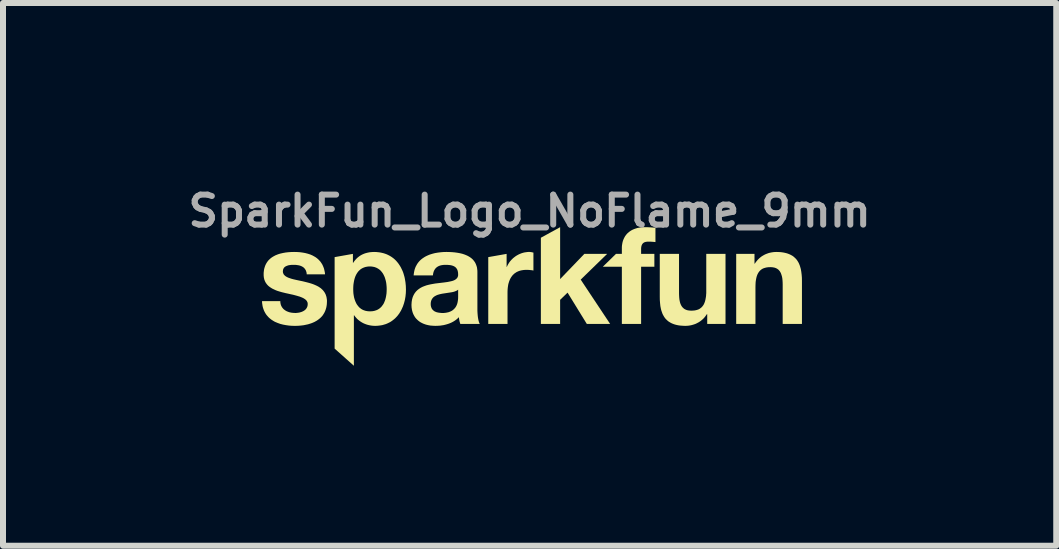
<source format=kicad_pcb>
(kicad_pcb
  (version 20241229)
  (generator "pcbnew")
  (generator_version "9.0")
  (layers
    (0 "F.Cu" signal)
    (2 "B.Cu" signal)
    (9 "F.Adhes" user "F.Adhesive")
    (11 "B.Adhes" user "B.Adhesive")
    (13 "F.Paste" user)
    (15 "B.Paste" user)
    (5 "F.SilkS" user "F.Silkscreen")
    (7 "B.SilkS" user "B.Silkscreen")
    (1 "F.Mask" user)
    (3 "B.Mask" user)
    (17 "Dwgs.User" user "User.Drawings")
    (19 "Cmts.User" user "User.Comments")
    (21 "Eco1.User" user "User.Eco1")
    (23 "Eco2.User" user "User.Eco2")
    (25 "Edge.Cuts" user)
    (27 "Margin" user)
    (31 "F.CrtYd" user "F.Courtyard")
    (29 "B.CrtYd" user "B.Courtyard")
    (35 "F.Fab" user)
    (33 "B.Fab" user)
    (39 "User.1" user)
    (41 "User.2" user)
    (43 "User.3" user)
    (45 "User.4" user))
  (footprint "SparkFun_Logo_NoFlame_9mm"
    (layer "F.Cu")
    (at 5.779 1.738)
    (property "Reference" "SparkFun_Logo_NoFlame_9mm" (at 0 -1.27 0) (layer "F.Fab") (effects (font (size 0.5 0.5) (thickness 0.1))))
    (attr board_only exclude_from_pos_files exclude_from_bom)
    (fp_poly (pts (xy 0.508 -0.136) (xy 0.912 -0.556) (xy 1.292 -0.556) (xy 0.851 -0.127) (xy 1.342 0.612) (xy 0.953 0.612) (xy 0.632 0.09) (xy 0.508 0.21) (xy 0.508 0.612) (xy 0.187 0.612) (xy 0.187 -0.825) (xy 0.508 -1.001)) (stroke (width 0) (type solid)) (fill yes) (layer "F.SilkS"))
    (fp_poly (pts (xy -0.003 -0.588) (xy 0.002 -0.588) (xy 0.007 -0.587) (xy 0.011 -0.587) (xy 0.02 -0.586) (xy 0.029 -0.585) (xy 0.037 -0.583) (xy 0.046 -0.581) (xy 0.055 -0.579) (xy 0.063 -0.577) (xy 0.063 -0.278) (xy 0.051 -0.281) (xy 0.038 -0.283) (xy 0.024 -0.285) (xy 0.009 -0.286) (xy -0.007 -0.288) (xy -0.022 -0.289) (xy -0.037 -0.289) (xy -0.052 -0.29) (xy -0.074 -0.289) (xy -0.095 -0.288) (xy -0.115 -0.285) (xy -0.134 -0.282) (xy -0.152 -0.278) (xy -0.17 -0.273) (xy -0.186 -0.267) (xy -0.202 -0.26) (xy -0.217 -0.253) (xy -0.231 -0.244) (xy -0.244 -0.235) (xy -0.257 -0.226) (xy -0.268 -0.215) (xy -0.28 -0.204) (xy -0.29 -0.192) (xy -0.299 -0.18) (xy -0.308 -0.167) (xy -0.317 -0.153) (xy -0.324 -0.139) (xy -0.331 -0.125) (xy -0.337 -0.109) (xy -0.343 -0.094) (xy -0.348 -0.077) (xy -0.353 -0.061) (xy -0.357 -0.044) (xy -0.36 -0.026) (xy -0.365 0.01) (xy -0.368 0.047) (xy -0.369 0.086) (xy -0.369 0.612) (xy -0.69 0.612) (xy -0.69 -0.502) (xy -0.384 -0.556) (xy -0.384 -0.339) (xy -0.38 -0.339) (xy -0.374 -0.353) (xy -0.368 -0.366) (xy -0.361 -0.379) (xy -0.353 -0.392) (xy -0.345 -0.405) (xy -0.337 -0.417) (xy -0.328 -0.429) (xy -0.319 -0.44) (xy -0.309 -0.451) (xy -0.299 -0.462) (xy -0.288 -0.472) (xy -0.278 -0.483) (xy -0.266 -0.492) (xy -0.255 -0.501) (xy -0.243 -0.51) (xy -0.231 -0.519) (xy -0.218 -0.527) (xy -0.206 -0.534) (xy -0.193 -0.541) (xy -0.18 -0.548) (xy -0.166 -0.554) (xy -0.152 -0.56) (xy -0.139 -0.565) (xy -0.125 -0.57) (xy -0.11 -0.574) (xy -0.096 -0.578) (xy -0.081 -0.581) (xy -0.067 -0.583) (xy -0.052 -0.585) (xy -0.037 -0.587) (xy -0.022 -0.588) (xy -0.007 -0.588)) (stroke (width 0) (type solid)) (fill yes) (layer "F.SilkS"))
    (fp_poly (pts (xy 1.949 -1.001) (xy 1.971 -1) (xy 1.992 -0.999) (xy 2.013 -0.998) (xy 2.056 -0.995) (xy 2.077 -0.993) (xy 2.097 -0.992) (xy 2.097 -0.753) (xy 2.083 -0.754) (xy 2.068 -0.756) (xy 2.053 -0.757) (xy 2.039 -0.758) (xy 2.024 -0.759) (xy 2.009 -0.759) (xy 1.994 -0.76) (xy 1.98 -0.76) (xy 1.964 -0.759) (xy 1.957 -0.759) (xy 1.949 -0.758) (xy 1.943 -0.757) (xy 1.936 -0.756) (xy 1.93 -0.754) (xy 1.924 -0.753) (xy 1.918 -0.751) (xy 1.913 -0.748) (xy 1.907 -0.746) (xy 1.903 -0.743) (xy 1.898 -0.74) (xy 1.894 -0.737) (xy 1.89 -0.733) (xy 1.886 -0.729) (xy 1.882 -0.725) (xy 1.879 -0.721) (xy 1.876 -0.716) (xy 1.873 -0.711) (xy 1.871 -0.706) (xy 1.868 -0.7) (xy 1.866 -0.694) (xy 1.864 -0.688) (xy 1.863 -0.682) (xy 1.861 -0.675) (xy 1.86 -0.667) (xy 1.859 -0.66) (xy 1.858 -0.644) (xy 1.858 -0.626) (xy 1.858 -0.556) (xy 2.079 -0.556) (xy 2.079 -0.342) (xy 1.858 -0.342) (xy 1.858 0.612) (xy 1.537 0.612) (xy 1.537 -0.342) (xy 1.22 -0.342) (xy 1.439 -0.556) (xy 1.537 -0.556) (xy 1.537 -0.646) (xy 1.537 -0.666) (xy 1.538 -0.685) (xy 1.54 -0.703) (xy 1.543 -0.721) (xy 1.546 -0.739) (xy 1.55 -0.756) (xy 1.555 -0.773) (xy 1.561 -0.79) (xy 1.568 -0.806) (xy 1.575 -0.821) (xy 1.583 -0.836) (xy 1.591 -0.85) (xy 1.601 -0.864) (xy 1.611 -0.877) (xy 1.622 -0.89) (xy 1.634 -0.902) (xy 1.647 -0.913) (xy 1.66 -0.924) (xy 1.674 -0.934) (xy 1.689 -0.944) (xy 1.705 -0.953) (xy 1.721 -0.961) (xy 1.738 -0.968) (xy 1.756 -0.975) (xy 1.775 -0.981) (xy 1.794 -0.987) (xy 1.815 -0.991) (xy 1.836 -0.995) (xy 1.858 -0.998) (xy 1.88 -1) (xy 1.904 -1.001) (xy 1.928 -1.001)) (stroke (width 0) (type solid)) (fill yes) (layer "F.SilkS"))
    (fp_poly (pts (xy 2.49 0.104) (xy 2.491 0.138) (xy 2.493 0.171) (xy 2.496 0.201) (xy 2.501 0.229) (xy 2.507 0.255) (xy 2.515 0.279) (xy 2.52 0.29) (xy 2.525 0.3) (xy 2.53 0.31) (xy 2.536 0.319) (xy 2.543 0.328) (xy 2.549 0.336) (xy 2.557 0.343) (xy 2.564 0.35) (xy 2.572 0.357) (xy 2.581 0.363) (xy 2.59 0.368) (xy 2.6 0.373) (xy 2.61 0.377) (xy 2.621 0.381) (xy 2.632 0.384) (xy 2.643 0.386) (xy 2.656 0.388) (xy 2.669 0.389) (xy 2.682 0.39) (xy 2.696 0.391) (xy 2.712 0.39) (xy 2.727 0.389) (xy 2.742 0.388) (xy 2.756 0.386) (xy 2.77 0.383) (xy 2.783 0.38) (xy 2.796 0.376) (xy 2.808 0.372) (xy 2.82 0.367) (xy 2.831 0.361) (xy 2.841 0.354) (xy 2.851 0.347) (xy 2.86 0.34) (xy 2.869 0.331) (xy 2.878 0.322) (xy 2.885 0.312) (xy 2.893 0.302) (xy 2.9 0.291) (xy 2.906 0.279) (xy 2.912 0.266) (xy 2.917 0.253) (xy 2.922 0.239) (xy 2.926 0.224) (xy 2.93 0.208) (xy 2.933 0.192) (xy 2.936 0.175) (xy 2.939 0.157) (xy 2.941 0.139) (xy 2.942 0.119) (xy 2.944 0.099) (xy 2.944 0.056) (xy 2.944 -0.556) (xy 3.265 -0.556) (xy 3.265 0.612) (xy 2.96 0.612) (xy 2.96 0.449) (xy 2.953 0.449) (xy 2.946 0.462) (xy 2.937 0.473) (xy 2.929 0.485) (xy 2.92 0.496) (xy 2.911 0.507) (xy 2.902 0.517) (xy 2.892 0.527) (xy 2.882 0.536) (xy 2.872 0.545) (xy 2.862 0.553) (xy 2.851 0.562) (xy 2.841 0.569) (xy 2.818 0.584) (xy 2.795 0.596) (xy 2.772 0.608) (xy 2.748 0.617) (xy 2.723 0.625) (xy 2.698 0.632) (xy 2.673 0.637) (xy 2.647 0.641) (xy 2.622 0.643) (xy 2.596 0.644) (xy 2.565 0.643) (xy 2.535 0.641) (xy 2.507 0.639) (xy 2.48 0.635) (xy 2.454 0.63) (xy 2.43 0.624) (xy 2.407 0.617) (xy 2.386 0.609) (xy 2.365 0.6) (xy 2.346 0.59) (xy 2.328 0.579) (xy 2.311 0.568) (xy 2.296 0.555) (xy 2.281 0.541) (xy 2.267 0.527) (xy 2.255 0.512) (xy 2.243 0.495) (xy 2.233 0.478) (xy 2.223 0.46) (xy 2.214 0.442) (xy 2.207 0.422) (xy 2.2 0.402) (xy 2.193 0.381) (xy 2.188 0.36) (xy 2.179 0.314) (xy 2.174 0.266) (xy 2.17 0.216) (xy 2.169 0.162) (xy 2.169 -0.556) (xy 2.49 -0.556)) (stroke (width 0) (type solid)) (fill yes) (layer "F.SilkS"))
    (fp_poly (pts (xy 4.143 -0.587) (xy 4.173 -0.586) (xy 4.201 -0.583) (xy 4.228 -0.579) (xy 4.253 -0.574) (xy 4.278 -0.568) (xy 4.301 -0.561) (xy 4.322 -0.553) (xy 4.343 -0.544) (xy 4.362 -0.534) (xy 4.38 -0.524) (xy 4.397 -0.512) (xy 4.412 -0.499) (xy 4.427 -0.485) (xy 4.441 -0.471) (xy 4.453 -0.456) (xy 4.465 -0.439) (xy 4.475 -0.422) (xy 4.485 -0.405) (xy 4.493 -0.386) (xy 4.501 -0.367) (xy 4.508 -0.346) (xy 4.514 -0.325) (xy 4.52 -0.304) (xy 4.528 -0.258) (xy 4.534 -0.21) (xy 4.538 -0.16) (xy 4.539 -0.107) (xy 4.539 0.612) (xy 4.218 0.612) (xy 4.218 -0.048) (xy 4.217 -0.083) (xy 4.215 -0.115) (xy 4.212 -0.146) (xy 4.207 -0.174) (xy 4.2 -0.199) (xy 4.192 -0.223) (xy 4.188 -0.234) (xy 4.183 -0.244) (xy 4.177 -0.254) (xy 4.172 -0.263) (xy 4.165 -0.272) (xy 4.158 -0.28) (xy 4.151 -0.288) (xy 4.144 -0.295) (xy 4.135 -0.301) (xy 4.127 -0.307) (xy 4.118 -0.312) (xy 4.108 -0.317) (xy 4.098 -0.321) (xy 4.087 -0.325) (xy 4.076 -0.328) (xy 4.064 -0.33) (xy 4.052 -0.332) (xy 4.039 -0.334) (xy 4.026 -0.334) (xy 4.012 -0.335) (xy 3.996 -0.334) (xy 3.981 -0.334) (xy 3.966 -0.332) (xy 3.951 -0.33) (xy 3.938 -0.327) (xy 3.925 -0.324) (xy 3.912 -0.32) (xy 3.9 -0.316) (xy 3.888 -0.311) (xy 3.877 -0.305) (xy 3.867 -0.299) (xy 3.857 -0.291) (xy 3.848 -0.284) (xy 3.839 -0.275) (xy 3.83 -0.266) (xy 3.823 -0.256) (xy 3.815 -0.246) (xy 3.809 -0.235) (xy 3.802 -0.223) (xy 3.796 -0.21) (xy 3.791 -0.197) (xy 3.786 -0.183) (xy 3.782 -0.168) (xy 3.778 -0.153) (xy 3.775 -0.136) (xy 3.772 -0.119) (xy 3.769 -0.101) (xy 3.767 -0.083) (xy 3.766 -0.063) (xy 3.765 -0.043) (xy 3.764 -0.000177) (xy 3.764 0.612) (xy 3.443 0.612) (xy 3.443 -0.556) (xy 3.748 -0.556) (xy 3.748 -0.394) (xy 3.755 -0.394) (xy 3.762 -0.406) (xy 3.77 -0.418) (xy 3.779 -0.429) (xy 3.788 -0.44) (xy 3.797 -0.451) (xy 3.806 -0.461) (xy 3.816 -0.471) (xy 3.825 -0.48) (xy 3.836 -0.489) (xy 3.846 -0.498) (xy 3.857 -0.506) (xy 3.867 -0.514) (xy 3.89 -0.528) (xy 3.913 -0.541) (xy 3.936 -0.552) (xy 3.96 -0.561) (xy 3.985 -0.57) (xy 4.01 -0.576) (xy 4.035 -0.581) (xy 4.061 -0.585) (xy 4.086 -0.587) (xy 4.112 -0.588)) (stroke (width 0) (type solid)) (fill yes) (layer "F.SilkS"))
    (fp_poly (pts (xy -2.559 -0.587) (xy -2.527 -0.584) (xy -2.495 -0.58) (xy -2.465 -0.574) (xy -2.436 -0.567) (xy -2.408 -0.558) (xy -2.381 -0.548) (xy -2.356 -0.536) (xy -2.331 -0.523) (xy -2.308 -0.509) (xy -2.285 -0.493) (xy -2.264 -0.477) (xy -2.244 -0.459) (xy -2.225 -0.44) (xy -2.207 -0.419) (xy -2.19 -0.398) (xy -2.175 -0.376) (xy -2.16 -0.353) (xy -2.146 -0.329) (xy -2.134 -0.304) (xy -2.122 -0.279) (xy -2.111 -0.253) (xy -2.102 -0.226) (xy -2.094 -0.198) (xy -2.086 -0.17) (xy -2.08 -0.141) (xy -2.07 -0.082) (xy -2.064 -0.021) (xy -2.062 0.04) (xy -2.064 0.098) (xy -2.07 0.156) (xy -2.08 0.212) (xy -2.094 0.266) (xy -2.112 0.319) (xy -2.134 0.368) (xy -2.146 0.392) (xy -2.16 0.415) (xy -2.174 0.438) (xy -2.19 0.459) (xy -2.206 0.48) (xy -2.224 0.499) (xy -2.242 0.518) (xy -2.262 0.535) (xy -2.282 0.551) (xy -2.304 0.567) (xy -2.326 0.581) (xy -2.35 0.593) (xy -2.375 0.605) (xy -2.4 0.615) (xy -2.427 0.623) (xy -2.454 0.631) (xy -2.483 0.636) (xy -2.513 0.64) (xy -2.543 0.643) (xy -2.575 0.644) (xy -2.602 0.643) (xy -2.628 0.641) (xy -2.654 0.637) (xy -2.679 0.632) (xy -2.703 0.626) (xy -2.728 0.618) (xy -2.751 0.609) (xy -2.774 0.599) (xy -2.796 0.587) (xy -2.817 0.574) (xy -2.838 0.559) (xy -2.857 0.544) (xy -2.876 0.527) (xy -2.893 0.508) (xy -2.91 0.489) (xy -2.925 0.468) (xy -2.93 0.468) (xy -2.93 1.309) (xy -3.251 1.023) (xy -3.251 0.031) (xy -2.941 0.031) (xy -2.94 0.067) (xy -2.938 0.102) (xy -2.933 0.136) (xy -2.927 0.169) (xy -2.918 0.201) (xy -2.907 0.232) (xy -2.894 0.261) (xy -2.887 0.275) (xy -2.879 0.288) (xy -2.87 0.3) (xy -2.861 0.312) (xy -2.851 0.324) (xy -2.841 0.335) (xy -2.83 0.345) (xy -2.818 0.354) (xy -2.806 0.363) (xy -2.792 0.371) (xy -2.779 0.378) (xy -2.764 0.384) (xy -2.749 0.389) (xy -2.733 0.394) (xy -2.716 0.397) (xy -2.698 0.4) (xy -2.68 0.401) (xy -2.661 0.402) (xy -2.642 0.401) (xy -2.623 0.4) (xy -2.605 0.397) (xy -2.589 0.394) (xy -2.573 0.389) (xy -2.557 0.384) (xy -2.543 0.378) (xy -2.529 0.371) (xy -2.516 0.363) (xy -2.503 0.354) (xy -2.492 0.345) (xy -2.481 0.335) (xy -2.47 0.324) (xy -2.461 0.312) (xy -2.452 0.3) (xy -2.443 0.288) (xy -2.435 0.275) (xy -2.428 0.261) (xy -2.422 0.247) (xy -2.416 0.232) (xy -2.41 0.217) (xy -2.405 0.201) (xy -2.401 0.185) (xy -2.397 0.169) (xy -2.391 0.136) (xy -2.386 0.102) (xy -2.384 0.067) (xy -2.383 0.031) (xy -2.384 -0.004) (xy -2.387 -0.039) (xy -2.391 -0.073) (xy -2.398 -0.107) (xy -2.407 -0.139) (xy -2.417 -0.17) (xy -2.431 -0.2) (xy -2.438 -0.214) (xy -2.446 -0.228) (xy -2.455 -0.241) (xy -2.464 -0.253) (xy -2.474 -0.265) (xy -2.484 -0.276) (xy -2.495 -0.287) (xy -2.507 -0.296) (xy -2.519 -0.305) (xy -2.533 -0.313) (xy -2.546 -0.321) (xy -2.561 -0.327) (xy -2.576 -0.333) (xy -2.592 -0.338) (xy -2.609 -0.341) (xy -2.626 -0.344) (xy -2.644 -0.346) (xy -2.663 -0.346) (xy -2.682 -0.346) (xy -2.701 -0.344) (xy -2.719 -0.341) (xy -2.735 -0.338) (xy -2.751 -0.333) (xy -2.767 -0.327) (xy -2.781 -0.321) (xy -2.795 -0.314) (xy -2.808 -0.306) (xy -2.821 -0.297) (xy -2.832 -0.287) (xy -2.843 -0.277) (xy -2.854 -0.266) (xy -2.863 -0.254) (xy -2.873 -0.241) (xy -2.881 -0.228) (xy -2.889 -0.215) (xy -2.896 -0.201) (xy -2.903 -0.186) (xy -2.909 -0.171) (xy -2.914 -0.156) (xy -2.919 -0.14) (xy -2.923 -0.124) (xy -2.927 -0.108) (xy -2.933 -0.074) (xy -2.938 -0.039) (xy -2.94 -0.004) (xy -2.941 0.031) (xy -3.251 0.031) (xy -3.251 -0.502) (xy -2.946 -0.556) (xy -2.946 -0.407) (xy -2.941 -0.407) (xy -2.934 -0.419) (xy -2.926 -0.43) (xy -2.918 -0.441) (xy -2.909 -0.451) (xy -2.901 -0.461) (xy -2.892 -0.471) (xy -2.883 -0.48) (xy -2.874 -0.489) (xy -2.864 -0.497) (xy -2.854 -0.505) (xy -2.844 -0.513) (xy -2.834 -0.52) (xy -2.824 -0.527) (xy -2.813 -0.533) (xy -2.803 -0.539) (xy -2.792 -0.545) (xy -2.78 -0.55) (xy -2.769 -0.555) (xy -2.746 -0.564) (xy -2.722 -0.571) (xy -2.697 -0.577) (xy -2.672 -0.582) (xy -2.646 -0.585) (xy -2.62 -0.587) (xy -2.593 -0.588)) (stroke (width 0) (type solid)) (fill yes) (layer "F.SilkS"))
    (fp_poly (pts (xy -1.34 -0.587) (xy -1.296 -0.585) (xy -1.251 -0.581) (xy -1.206 -0.575) (xy -1.162 -0.567) (xy -1.12 -0.557) (xy -1.079 -0.543) (xy -1.041 -0.527) (xy -1.022 -0.517) (xy -1.005 -0.507) (xy -0.988 -0.496) (xy -0.972 -0.484) (xy -0.957 -0.471) (xy -0.943 -0.457) (xy -0.931 -0.442) (xy -0.919 -0.426) (xy -0.908 -0.409) (xy -0.899 -0.39) (xy -0.891 -0.371) (xy -0.884 -0.35) (xy -0.878 -0.329) (xy -0.875 -0.306) (xy -0.872 -0.281) (xy -0.871 -0.256) (xy -0.871 0.352) (xy -0.871 0.392) (xy -0.869 0.431) (xy -0.866 0.469) (xy -0.862 0.504) (xy -0.859 0.521) (xy -0.856 0.537) (xy -0.853 0.552) (xy -0.849 0.566) (xy -0.845 0.58) (xy -0.841 0.592) (xy -0.836 0.603) (xy -0.831 0.612) (xy -1.156 0.612) (xy -1.16 0.598) (xy -1.164 0.585) (xy -1.168 0.571) (xy -1.171 0.556) (xy -1.174 0.542) (xy -1.176 0.528) (xy -1.178 0.514) (xy -1.179 0.499) (xy -1.198 0.518) (xy -1.219 0.536) (xy -1.24 0.552) (xy -1.263 0.567) (xy -1.286 0.58) (xy -1.31 0.592) (xy -1.334 0.602) (xy -1.359 0.611) (xy -1.385 0.619) (xy -1.411 0.626) (xy -1.437 0.632) (xy -1.464 0.636) (xy -1.491 0.64) (xy -1.518 0.642) (xy -1.545 0.643) (xy -1.572 0.644) (xy -1.613 0.642) (xy -1.653 0.639) (xy -1.692 0.632) (xy -1.729 0.623) (xy -1.746 0.617) (xy -1.763 0.611) (xy -1.78 0.604) (xy -1.796 0.596) (xy -1.812 0.588) (xy -1.827 0.579) (xy -1.841 0.569) (xy -1.855 0.558) (xy -1.868 0.547) (xy -1.88 0.535) (xy -1.892 0.523) (xy -1.903 0.51) (xy -1.913 0.496) (xy -1.922 0.481) (xy -1.931 0.465) (xy -1.939 0.449) (xy -1.946 0.432) (xy -1.952 0.415) (xy -1.957 0.396) (xy -1.962 0.377) (xy -1.965 0.357) (xy -1.968 0.337) (xy -1.969 0.315) (xy -1.97 0.293) (xy -1.969 0.28) (xy -1.649 0.28) (xy -1.649 0.291) (xy -1.648 0.301) (xy -1.647 0.311) (xy -1.645 0.32) (xy -1.642 0.329) (xy -1.64 0.337) (xy -1.636 0.345) (xy -1.633 0.353) (xy -1.629 0.36) (xy -1.624 0.367) (xy -1.619 0.373) (xy -1.614 0.379) (xy -1.608 0.384) (xy -1.603 0.389) (xy -1.596 0.394) (xy -1.59 0.399) (xy -1.583 0.403) (xy -1.575 0.406) (xy -1.568 0.41) (xy -1.56 0.413) (xy -1.552 0.416) (xy -1.544 0.418) (xy -1.535 0.42) (xy -1.527 0.422) (xy -1.509 0.425) (xy -1.49 0.427) (xy -1.471 0.429) (xy -1.452 0.429) (xy -1.429 0.429) (xy -1.408 0.427) (xy -1.388 0.424) (xy -1.369 0.42) (xy -1.351 0.416) (xy -1.335 0.41) (xy -1.32 0.404) (xy -1.306 0.397) (xy -1.293 0.39) (xy -1.281 0.381) (xy -1.27 0.372) (xy -1.26 0.363) (xy -1.251 0.353) (xy -1.242 0.343) (xy -1.235 0.333) (xy -1.228 0.322) (xy -1.222 0.311) (xy -1.217 0.3) (xy -1.212 0.288) (xy -1.208 0.277) (xy -1.202 0.255) (xy -1.198 0.233) (xy -1.195 0.212) (xy -1.193 0.193) (xy -1.192 0.16) (xy -1.192 0.04) (xy -1.198 0.045) (xy -1.203 0.049) (xy -1.209 0.053) (xy -1.215 0.056) (xy -1.229 0.063) (xy -1.243 0.068) (xy -1.258 0.074) (xy -1.274 0.078) (xy -1.291 0.082) (xy -1.309 0.085) (xy -1.459 0.108) (xy -1.477 0.112) (xy -1.496 0.116) (xy -1.513 0.121) (xy -1.531 0.126) (xy -1.547 0.132) (xy -1.563 0.14) (xy -1.578 0.148) (xy -1.585 0.152) (xy -1.591 0.157) (xy -1.598 0.162) (xy -1.604 0.167) (xy -1.61 0.173) (xy -1.615 0.179) (xy -1.62 0.185) (xy -1.625 0.192) (xy -1.629 0.199) (xy -1.633 0.206) (xy -1.637 0.214) (xy -1.64 0.222) (xy -1.643 0.231) (xy -1.645 0.24) (xy -1.647 0.249) (xy -1.648 0.259) (xy -1.649 0.269) (xy -1.649 0.28) (xy -1.969 0.28) (xy -1.967 0.246) (xy -1.96 0.203) (xy -1.949 0.164) (xy -1.934 0.13) (xy -1.916 0.099) (xy -1.895 0.072) (xy -1.871 0.048) (xy -1.844 0.027) (xy -1.816 0.009) (xy -1.785 -0.007) (xy -1.752 -0.02) (xy -1.718 -0.032) (xy -1.683 -0.041) (xy -1.647 -0.049) (xy -1.574 -0.062) (xy -1.431 -0.079) (xy -1.366 -0.088) (xy -1.308 -0.1) (xy -1.282 -0.107) (xy -1.259 -0.116) (xy -1.239 -0.127) (xy -1.222 -0.14) (xy -1.208 -0.155) (xy -1.199 -0.172) (xy -1.193 -0.192) (xy -1.192 -0.215) (xy -1.193 -0.227) (xy -1.193 -0.239) (xy -1.195 -0.25) (xy -1.197 -0.261) (xy -1.199 -0.271) (xy -1.202 -0.28) (xy -1.205 -0.289) (xy -1.209 -0.297) (xy -1.213 -0.305) (xy -1.218 -0.312) (xy -1.223 -0.318) (xy -1.228 -0.325) (xy -1.234 -0.33) (xy -1.24 -0.336) (xy -1.247 -0.341) (xy -1.254 -0.345) (xy -1.261 -0.349) (xy -1.269 -0.353) (xy -1.277 -0.356) (xy -1.285 -0.359) (xy -1.293 -0.362) (xy -1.302 -0.364) (xy -1.311 -0.366) (xy -1.32 -0.368) (xy -1.339 -0.37) (xy -1.359 -0.372) (xy -1.379 -0.373) (xy -1.4 -0.373) (xy -1.423 -0.373) (xy -1.445 -0.371) (xy -1.465 -0.368) (xy -1.484 -0.364) (xy -1.493 -0.361) (xy -1.502 -0.358) (xy -1.511 -0.355) (xy -1.519 -0.351) (xy -1.527 -0.347) (xy -1.535 -0.342) (xy -1.542 -0.338) (xy -1.549 -0.333) (xy -1.555 -0.327) (xy -1.562 -0.321) (xy -1.568 -0.315) (xy -1.573 -0.308) (xy -1.579 -0.301) (xy -1.583 -0.294) (xy -1.588 -0.286) (xy -1.592 -0.278) (xy -1.596 -0.269) (xy -1.6 -0.26) (xy -1.603 -0.251) (xy -1.605 -0.241) (xy -1.608 -0.23) (xy -1.61 -0.22) (xy -1.611 -0.208) (xy -1.613 -0.197) (xy -1.934 -0.197) (xy -1.931 -0.224) (xy -1.927 -0.25) (xy -1.922 -0.275) (xy -1.916 -0.299) (xy -1.908 -0.322) (xy -1.899 -0.344) (xy -1.888 -0.364) (xy -1.877 -0.384) (xy -1.865 -0.402) (xy -1.851 -0.42) (xy -1.837 -0.436) (xy -1.821 -0.452) (xy -1.805 -0.466) (xy -1.787 -0.48) (xy -1.769 -0.492) (xy -1.751 -0.504) (xy -1.731 -0.515) (xy -1.711 -0.525) (xy -1.69 -0.534) (xy -1.669 -0.543) (xy -1.647 -0.55) (xy -1.624 -0.557) (xy -1.602 -0.563) (xy -1.578 -0.569) (xy -1.531 -0.577) (xy -1.483 -0.583) (xy -1.434 -0.587) (xy -1.385 -0.588)) (stroke (width 0) (type solid)) (fill yes) (layer "F.SilkS"))
    (fp_poly (pts (xy -3.879 -0.587) (xy -3.832 -0.584) (xy -3.787 -0.578) (xy -3.742 -0.57) (xy -3.699 -0.559) (xy -3.658 -0.546) (xy -3.619 -0.529) (xy -3.601 -0.519) (xy -3.583 -0.509) (xy -3.565 -0.498) (xy -3.549 -0.486) (xy -3.533 -0.473) (xy -3.518 -0.459) (xy -3.504 -0.444) (xy -3.49 -0.429) (xy -3.478 -0.412) (xy -3.466 -0.394) (xy -3.455 -0.376) (xy -3.446 -0.356) (xy -3.437 -0.335) (xy -3.429 -0.313) (xy -3.423 -0.29) (xy -3.418 -0.266) (xy -3.413 -0.241) (xy -3.411 -0.215) (xy -3.716 -0.215) (xy -3.717 -0.226) (xy -3.718 -0.237) (xy -3.72 -0.248) (xy -3.723 -0.257) (xy -3.726 -0.267) (xy -3.729 -0.276) (xy -3.733 -0.284) (xy -3.738 -0.292) (xy -3.742 -0.3) (xy -3.747 -0.307) (xy -3.753 -0.313) (xy -3.759 -0.32) (xy -3.765 -0.326) (xy -3.771 -0.331) (xy -3.778 -0.336) (xy -3.786 -0.341) (xy -3.793 -0.345) (xy -3.801 -0.349) (xy -3.809 -0.353) (xy -3.817 -0.356) (xy -3.826 -0.359) (xy -3.835 -0.362) (xy -3.844 -0.364) (xy -3.853 -0.366) (xy -3.873 -0.369) (xy -3.893 -0.372) (xy -3.914 -0.373) (xy -3.935 -0.373) (xy -3.949 -0.373) (xy -3.963 -0.373) (xy -3.978 -0.372) (xy -3.993 -0.37) (xy -4.008 -0.368) (xy -4.023 -0.365) (xy -4.038 -0.36) (xy -4.051 -0.355) (xy -4.058 -0.352) (xy -4.064 -0.349) (xy -4.07 -0.346) (xy -4.076 -0.342) (xy -4.082 -0.337) (xy -4.087 -0.333) (xy -4.092 -0.328) (xy -4.096 -0.323) (xy -4.1 -0.317) (xy -4.103 -0.311) (xy -4.106 -0.304) (xy -4.109 -0.297) (xy -4.111 -0.29) (xy -4.112 -0.282) (xy -4.113 -0.273) (xy -4.114 -0.265) (xy -4.113 -0.254) (xy -4.112 -0.244) (xy -4.109 -0.235) (xy -4.105 -0.226) (xy -4.101 -0.217) (xy -4.096 -0.209) (xy -4.089 -0.202) (xy -4.082 -0.195) (xy -4.074 -0.188) (xy -4.066 -0.182) (xy -4.056 -0.176) (xy -4.046 -0.17) (xy -4.035 -0.165) (xy -4.024 -0.16) (xy -4.012 -0.155) (xy -3.999 -0.151) (xy -3.973 -0.142) (xy -3.944 -0.134) (xy -3.914 -0.127) (xy -3.883 -0.12) (xy -3.817 -0.106) (xy -3.783 -0.099) (xy -3.75 -0.091) (xy -3.714 -0.082) (xy -3.68 -0.073) (xy -3.646 -0.063) (xy -3.613 -0.052) (xy -3.581 -0.039) (xy -3.55 -0.025) (xy -3.521 -0.01) (xy -3.494 0.008) (xy -3.481 0.017) (xy -3.469 0.028) (xy -3.458 0.038) (xy -3.447 0.049) (xy -3.437 0.061) (xy -3.427 0.074) (xy -3.418 0.087) (xy -3.411 0.1) (xy -3.403 0.115) (xy -3.397 0.13) (xy -3.392 0.146) (xy -3.387 0.162) (xy -3.384 0.18) (xy -3.381 0.198) (xy -3.379 0.217) (xy -3.379 0.237) (xy -3.38 0.265) (xy -3.382 0.292) (xy -3.386 0.318) (xy -3.391 0.343) (xy -3.398 0.366) (xy -3.406 0.389) (xy -3.415 0.41) (xy -3.425 0.43) (xy -3.437 0.449) (xy -3.449 0.468) (xy -3.463 0.485) (xy -3.478 0.501) (xy -3.494 0.516) (xy -3.511 0.53) (xy -3.528 0.543) (xy -3.547 0.556) (xy -3.566 0.567) (xy -3.586 0.578) (xy -3.606 0.587) (xy -3.627 0.596) (xy -3.649 0.604) (xy -3.672 0.611) (xy -3.694 0.618) (xy -3.718 0.623) (xy -3.765 0.633) (xy -3.814 0.639) (xy -3.863 0.643) (xy -3.912 0.644) (xy -3.963 0.643) (xy -4.013 0.639) (xy -4.063 0.632) (xy -4.111 0.623) (xy -4.158 0.611) (xy -4.202 0.595) (xy -4.245 0.577) (xy -4.265 0.566) (xy -4.284 0.554) (xy -4.303 0.542) (xy -4.321 0.528) (xy -4.338 0.514) (xy -4.354 0.499) (xy -4.369 0.482) (xy -4.384 0.465) (xy -4.397 0.447) (xy -4.409 0.427) (xy -4.42 0.407) (xy -4.43 0.385) (xy -4.438 0.363) (xy -4.446 0.339) (xy -4.452 0.314) (xy -4.456 0.288) (xy -4.46 0.261) (xy -4.461 0.232) (xy -4.156 0.232) (xy -4.156 0.245) (xy -4.155 0.257) (xy -4.153 0.269) (xy -4.151 0.28) (xy -4.148 0.291) (xy -4.144 0.302) (xy -4.14 0.312) (xy -4.135 0.321) (xy -4.13 0.33) (xy -4.124 0.339) (xy -4.118 0.347) (xy -4.111 0.355) (xy -4.104 0.363) (xy -4.096 0.37) (xy -4.088 0.376) (xy -4.08 0.382) (xy -4.071 0.388) (xy -4.062 0.394) (xy -4.052 0.399) (xy -4.043 0.403) (xy -4.033 0.407) (xy -4.022 0.411) (xy -4.012 0.415) (xy -4.001 0.418) (xy -3.99 0.42) (xy -3.979 0.423) (xy -3.956 0.426) (xy -3.933 0.428) (xy -3.91 0.429) (xy -3.893 0.429) (xy -3.875 0.427) (xy -3.857 0.425) (xy -3.839 0.422) (xy -3.821 0.417) (xy -3.804 0.412) (xy -3.787 0.405) (xy -3.771 0.397) (xy -3.763 0.392) (xy -3.756 0.388) (xy -3.749 0.382) (xy -3.743 0.377) (xy -3.736 0.371) (xy -3.73 0.365) (xy -3.725 0.358) (xy -3.72 0.351) (xy -3.716 0.344) (xy -3.712 0.336) (xy -3.708 0.328) (xy -3.705 0.319) (xy -3.703 0.31) (xy -3.701 0.3) (xy -3.7 0.29) (xy -3.7 0.28) (xy -3.7 0.271) (xy -3.701 0.263) (xy -3.703 0.254) (xy -3.706 0.246) (xy -3.71 0.239) (xy -3.714 0.231) (xy -3.719 0.224) (xy -3.725 0.217) (xy -3.731 0.211) (xy -3.738 0.205) (xy -3.746 0.198) (xy -3.755 0.193) (xy -3.764 0.187) (xy -3.774 0.181) (xy -3.785 0.176) (xy -3.796 0.171) (xy -3.808 0.166) (xy -3.821 0.161) (xy -3.834 0.156) (xy -3.848 0.152) (xy -3.878 0.143) (xy -3.911 0.134) (xy -3.945 0.125) (xy -3.983 0.117) (xy -4.022 0.108) (xy -4.064 0.099) (xy -4.134 0.082) (xy -4.168 0.072) (xy -4.201 0.062) (xy -4.233 0.05) (xy -4.263 0.036) (xy -4.292 0.022) (xy -4.319 0.005) (xy -4.332 -0.004) (xy -4.344 -0.013) (xy -4.356 -0.023) (xy -4.367 -0.034) (xy -4.377 -0.045) (xy -4.386 -0.057) (xy -4.395 -0.069) (xy -4.403 -0.082) (xy -4.41 -0.096) (xy -4.416 -0.11) (xy -4.422 -0.125) (xy -4.426 -0.141) (xy -4.43 -0.158) (xy -4.432 -0.175) (xy -4.434 -0.194) (xy -4.434 -0.213) (xy -4.434 -0.24) (xy -4.431 -0.266) (xy -4.428 -0.291) (xy -4.423 -0.314) (xy -4.416 -0.337) (xy -4.409 -0.358) (xy -4.4 -0.378) (xy -4.39 -0.397) (xy -4.379 -0.415) (xy -4.367 -0.432) (xy -4.354 -0.448) (xy -4.34 -0.462) (xy -4.325 -0.476) (xy -4.309 -0.489) (xy -4.292 -0.501) (xy -4.274 -0.512) (xy -4.256 -0.522) (xy -4.237 -0.532) (xy -4.217 -0.54) (xy -4.197 -0.548) (xy -4.176 -0.555) (xy -4.155 -0.561) (xy -4.133 -0.566) (xy -4.111 -0.571) (xy -4.066 -0.579) (xy -4.02 -0.584) (xy -3.973 -0.587) (xy -3.926 -0.588)) (stroke (width 0) (type solid)) (fill yes) (layer "F.SilkS")))
  (gr_rect
    (start -3 -3)
    (end 14.557 6.047)
    (stroke (width 0.1) (type default))
    (fill no)
    (layer "Edge.Cuts")))
</source>
